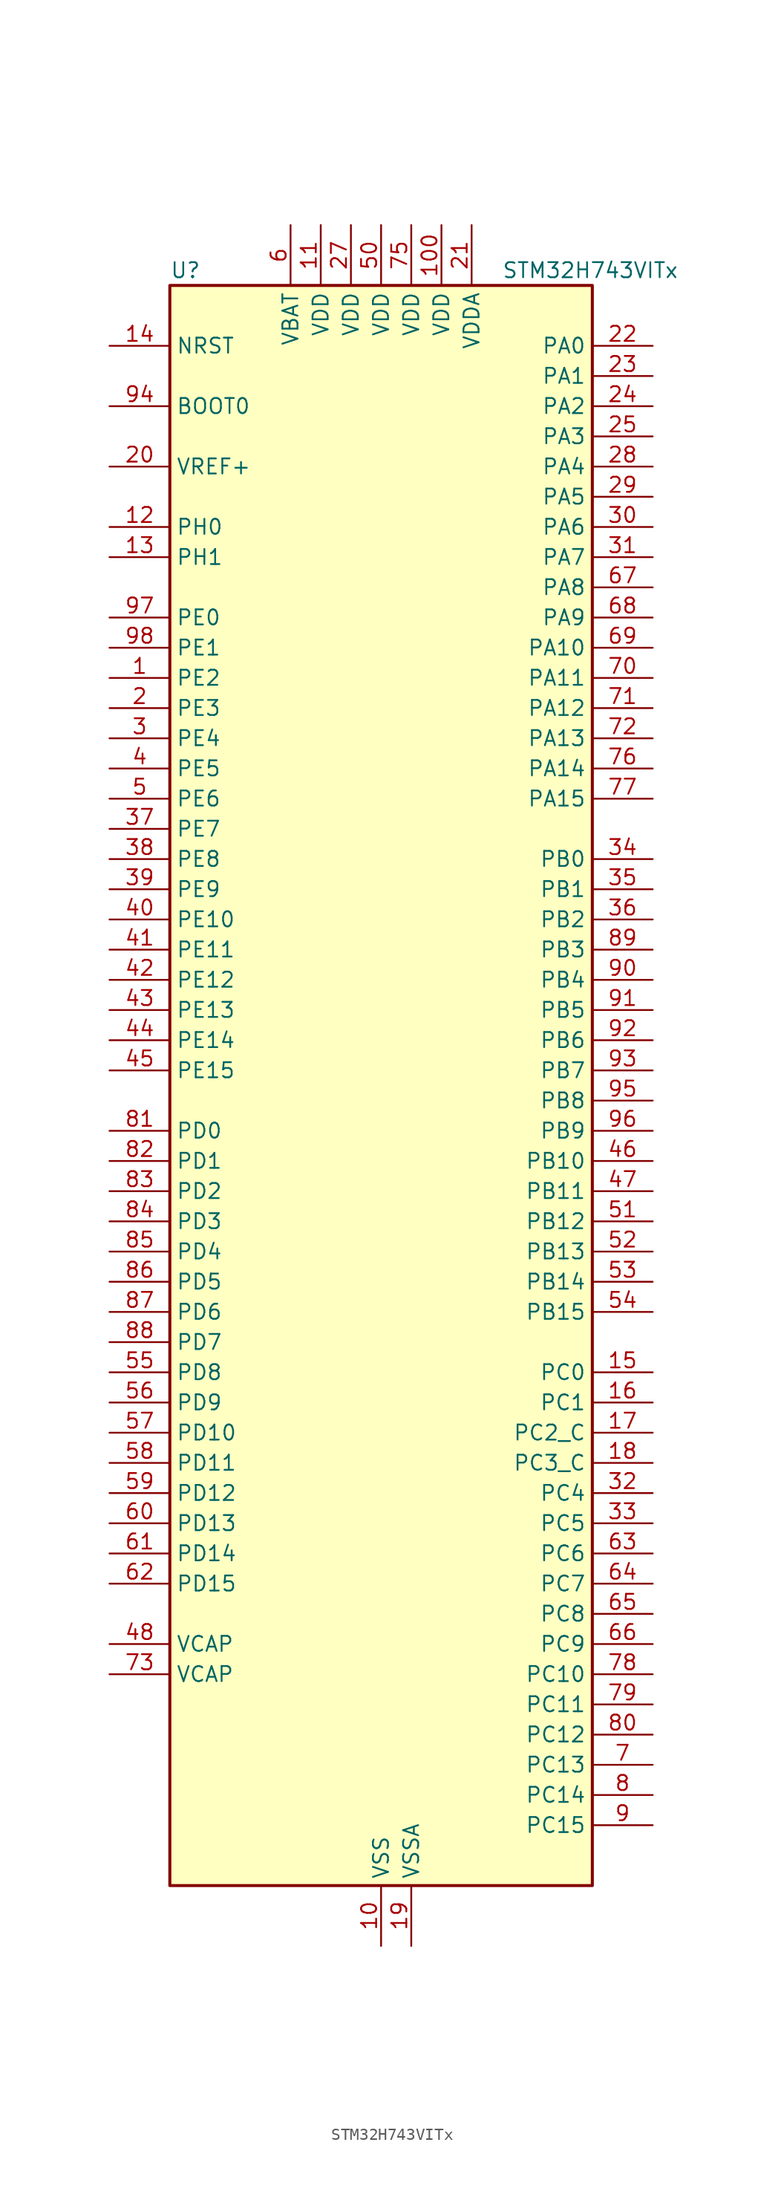
<source format=kicad_sym>
(kicad_symbol_lib
  (version 20241209)
  (generator "kicad_symbol_editor")
  (generator_version "9.0")
  (symbol "STM32H743VITx"
    (property "Reference" "U"
      (at -17.78 69.85 0)
      (effects (font (size 1.27 1.27)) (justify left)))
    (property "Value" "STM32H743VITx"
      (at 10.16 69.85 0)
      (effects (font (size 1.27 1.27)) (justify left)))
    (symbol "STM32H743VITx_0_1"
      (rectangle (start -17.78 -66.04) (end 17.78 68.58) (stroke (width 0.254) (type default)) (fill (type background))))
    (symbol "STM32H743VITx_1_1"
      (pin input line (at -22.86 63.5 0) (length 5.08) (name "NRST" (effects (font (size 1.27 1.27)))) (number "14" (effects (font (size 1.27 1.27)))))
      (pin input line (at -22.86 58.42 0) (length 5.08) (name "BOOT0" (effects (font (size 1.27 1.27)))) (number "94" (effects (font (size 1.27 1.27)))))
      (pin input line (at -22.86 53.34 0) (length 5.08) (name "VREF+" (effects (font (size 1.27 1.27)))) (number "20" (effects (font (size 1.27 1.27)))) (alternate "VREFBUF_OUT" bidirectional line))
      (pin bidirectional line (at -22.86 48.26 0) (length 5.08) (name "PH0" (effects (font (size 1.27 1.27)))) (number "12" (effects (font (size 1.27 1.27)))) (alternate "RCC_OSC_IN" bidirectional line))
      (pin bidirectional line (at -22.86 45.72 0) (length 5.08) (name "PH1" (effects (font (size 1.27 1.27)))) (number "13" (effects (font (size 1.27 1.27)))) (alternate "RCC_OSC_OUT" bidirectional line))
      (pin bidirectional line (at -22.86 40.64 0) (length 5.08) (name "PE0" (effects (font (size 1.27 1.27)))) (number "97" (effects (font (size 1.27 1.27)))) (alternate "DCMI_D2" bidirectional line) (alternate "FMC_NBL0" bidirectional line) (alternate "HRTIM_SCIN" bidirectional line) (alternate "LPTIM1_ETR" bidirectional line) (alternate "LPTIM2_ETR" bidirectional line) (alternate "SAI2_MCLK_A" bidirectional line) (alternate "TIM4_ETR" bidirectional line) (alternate "UART8_RX" bidirectional line))
      (pin bidirectional line (at -22.86 38.1 0) (length 5.08) (name "PE1" (effects (font (size 1.27 1.27)))) (number "98" (effects (font (size 1.27 1.27)))) (alternate "DCMI_D3" bidirectional line) (alternate "FMC_NBL1" bidirectional line) (alternate "HRTIM_SCOUT" bidirectional line) (alternate "LPTIM1_IN2" bidirectional line) (alternate "UART8_TX" bidirectional line))
      (pin bidirectional line (at -22.86 35.56 0) (length 5.08) (name "PE2" (effects (font (size 1.27 1.27)))) (number "1" (effects (font (size 1.27 1.27)))) (alternate "DEBUG_TRACECLK" bidirectional line) (alternate "ETH_TXD3" bidirectional line) (alternate "FMC_A23" bidirectional line) (alternate "QUADSPI_BK1_IO2" bidirectional line) (alternate "SAI1_CK1" bidirectional line) (alternate "SAI1_MCLK_A" bidirectional line) (alternate "SAI4_CK1" bidirectional line) (alternate "SAI4_MCLK_A" bidirectional line) (alternate "SPI4_SCK" bidirectional line))
      (pin bidirectional line (at -22.86 33.02 0) (length 5.08) (name "PE3" (effects (font (size 1.27 1.27)))) (number "2" (effects (font (size 1.27 1.27)))) (alternate "DEBUG_TRACED0" bidirectional line) (alternate "FMC_A19" bidirectional line) (alternate "SAI1_SD_B" bidirectional line) (alternate "SAI4_SD_B" bidirectional line) (alternate "TIM15_BKIN" bidirectional line))
      (pin bidirectional line (at -22.86 30.48 0) (length 5.08) (name "PE4" (effects (font (size 1.27 1.27)))) (number "3" (effects (font (size 1.27 1.27)))) (alternate "DCMI_D4" bidirectional line) (alternate "DEBUG_TRACED1" bidirectional line) (alternate "DFSDM1_DATIN3" bidirectional line) (alternate "FMC_A20" bidirectional line) (alternate "LTDC_B0" bidirectional line) (alternate "SAI1_D2" bidirectional line) (alternate "SAI1_FS_A" bidirectional line) (alternate "SAI4_D2" bidirectional line) (alternate "SAI4_FS_A" bidirectional line) (alternate "SPI4_NSS" bidirectional line) (alternate "TIM15_CH1N" bidirectional line))
      (pin bidirectional line (at -22.86 27.94 0) (length 5.08) (name "PE5" (effects (font (size 1.27 1.27)))) (number "4" (effects (font (size 1.27 1.27)))) (alternate "DCMI_D6" bidirectional line) (alternate "DEBUG_TRACED2" bidirectional line) (alternate "DFSDM1_CKIN3" bidirectional line) (alternate "FMC_A21" bidirectional line) (alternate "LTDC_G0" bidirectional line) (alternate "SAI1_CK2" bidirectional line) (alternate "SAI1_SCK_A" bidirectional line) (alternate "SAI4_CK2" bidirectional line) (alternate "SAI4_SCK_A" bidirectional line) (alternate "SPI4_MISO" bidirectional line) (alternate "TIM15_CH1" bidirectional line))
      (pin bidirectional line (at -22.86 25.4 0) (length 5.08) (name "PE6" (effects (font (size 1.27 1.27)))) (number "5" (effects (font (size 1.27 1.27)))) (alternate "DCMI_D7" bidirectional line) (alternate "DEBUG_TRACED3" bidirectional line) (alternate "FMC_A22" bidirectional line) (alternate "LTDC_G1" bidirectional line) (alternate "SAI1_D1" bidirectional line) (alternate "SAI1_SD_A" bidirectional line) (alternate "SAI2_MCLK_B" bidirectional line) (alternate "SAI4_D1" bidirectional line) (alternate "SAI4_SD_A" bidirectional line) (alternate "SPI4_MOSI" bidirectional line) (alternate "TIM15_CH2" bidirectional line) (alternate "TIM1_BKIN2" bidirectional line) (alternate "TIM1_BKIN2_COMP1" bidirectional line) (alternate "TIM1_BKIN2_COMP2" bidirectional line))
      (pin bidirectional line (at -22.86 22.86 0) (length 5.08) (name "PE7" (effects (font (size 1.27 1.27)))) (number "37" (effects (font (size 1.27 1.27)))) (alternate "COMP2_INM" bidirectional line) (alternate "DFSDM1_DATIN2" bidirectional line) (alternate "FMC_D4" bidirectional line) (alternate "FMC_DA4" bidirectional line) (alternate "OPAMP2_VOUT" bidirectional line) (alternate "QUADSPI_BK2_IO0" bidirectional line) (alternate "TIM1_ETR" bidirectional line) (alternate "UART7_RX" bidirectional line))
      (pin bidirectional line (at -22.86 20.32 0) (length 5.08) (name "PE8" (effects (font (size 1.27 1.27)))) (number "38" (effects (font (size 1.27 1.27)))) (alternate "COMP2_OUT" bidirectional line) (alternate "DFSDM1_CKIN2" bidirectional line) (alternate "FMC_D5" bidirectional line) (alternate "FMC_DA5" bidirectional line) (alternate "OPAMP2_VINM" bidirectional line) (alternate "OPAMP2_VINM0" bidirectional line) (alternate "QUADSPI_BK2_IO1" bidirectional line) (alternate "TIM1_CH1N" bidirectional line) (alternate "UART7_TX" bidirectional line))
      (pin bidirectional line (at -22.86 17.78 0) (length 5.08) (name "PE9" (effects (font (size 1.27 1.27)))) (number "39" (effects (font (size 1.27 1.27)))) (alternate "COMP2_INP" bidirectional line) (alternate "DAC1_EXTI9" bidirectional line) (alternate "DFSDM1_CKOUT" bidirectional line) (alternate "FMC_D6" bidirectional line) (alternate "FMC_DA6" bidirectional line) (alternate "OPAMP2_VINP" bidirectional line) (alternate "QUADSPI_BK2_IO2" bidirectional line) (alternate "TIM1_CH1" bidirectional line) (alternate "UART7_DE" bidirectional line) (alternate "UART7_RTS" bidirectional line))
      (pin bidirectional line (at -22.86 15.24 0) (length 5.08) (name "PE10" (effects (font (size 1.27 1.27)))) (number "40" (effects (font (size 1.27 1.27)))) (alternate "COMP2_INM" bidirectional line) (alternate "DFSDM1_DATIN4" bidirectional line) (alternate "FMC_D7" bidirectional line) (alternate "FMC_DA7" bidirectional line) (alternate "QUADSPI_BK2_IO3" bidirectional line) (alternate "TIM1_CH2N" bidirectional line) (alternate "UART7_CTS" bidirectional line))
      (pin bidirectional line (at -22.86 12.7 0) (length 5.08) (name "PE11" (effects (font (size 1.27 1.27)))) (number "41" (effects (font (size 1.27 1.27)))) (alternate "ADC1_EXTI11" bidirectional line) (alternate "ADC2_EXTI11" bidirectional line) (alternate "ADC3_EXTI11" bidirectional line) (alternate "COMP2_INP" bidirectional line) (alternate "DFSDM1_CKIN4" bidirectional line) (alternate "FMC_D8" bidirectional line) (alternate "FMC_DA8" bidirectional line) (alternate "LTDC_G3" bidirectional line) (alternate "SAI2_SD_B" bidirectional line) (alternate "SPI4_NSS" bidirectional line) (alternate "TIM1_CH2" bidirectional line))
      (pin bidirectional line (at -22.86 10.16 0) (length 5.08) (name "PE12" (effects (font (size 1.27 1.27)))) (number "42" (effects (font (size 1.27 1.27)))) (alternate "COMP1_OUT" bidirectional line) (alternate "DFSDM1_DATIN5" bidirectional line) (alternate "FMC_D9" bidirectional line) (alternate "FMC_DA9" bidirectional line) (alternate "LTDC_B4" bidirectional line) (alternate "SAI2_SCK_B" bidirectional line) (alternate "SPI4_SCK" bidirectional line) (alternate "TIM1_CH3N" bidirectional line))
      (pin bidirectional line (at -22.86 7.62 0) (length 5.08) (name "PE13" (effects (font (size 1.27 1.27)))) (number "43" (effects (font (size 1.27 1.27)))) (alternate "COMP2_OUT" bidirectional line) (alternate "DFSDM1_CKIN5" bidirectional line) (alternate "FMC_D10" bidirectional line) (alternate "FMC_DA10" bidirectional line) (alternate "LTDC_DE" bidirectional line) (alternate "SAI2_FS_B" bidirectional line) (alternate "SPI4_MISO" bidirectional line) (alternate "TIM1_CH3" bidirectional line))
      (pin bidirectional line (at -22.86 5.08 0) (length 5.08) (name "PE14" (effects (font (size 1.27 1.27)))) (number "44" (effects (font (size 1.27 1.27)))) (alternate "FMC_D11" bidirectional line) (alternate "FMC_DA11" bidirectional line) (alternate "LTDC_CLK" bidirectional line) (alternate "SAI2_MCLK_B" bidirectional line) (alternate "SPI4_MOSI" bidirectional line) (alternate "TIM1_CH4" bidirectional line))
      (pin bidirectional line (at -22.86 2.54 0) (length 5.08) (name "PE15" (effects (font (size 1.27 1.27)))) (number "45" (effects (font (size 1.27 1.27)))) (alternate "ADC1_EXTI15" bidirectional line) (alternate "ADC2_EXTI15" bidirectional line) (alternate "ADC3_EXTI15" bidirectional line) (alternate "FMC_D12" bidirectional line) (alternate "FMC_DA12" bidirectional line) (alternate "LTDC_R7" bidirectional line) (alternate "TIM1_BKIN" bidirectional line) (alternate "TIM1_BKIN_COMP1" bidirectional line) (alternate "TIM1_BKIN_COMP2" bidirectional line))
      (pin bidirectional line (at -22.86 -2.54 0) (length 5.08) (name "PD0" (effects (font (size 1.27 1.27)))) (number "81" (effects (font (size 1.27 1.27)))) (alternate "DFSDM1_CKIN6" bidirectional line) (alternate "FDCAN1_RX" bidirectional line) (alternate "FMC_D2" bidirectional line) (alternate "FMC_DA2" bidirectional line) (alternate "SAI3_SCK_A" bidirectional line) (alternate "UART4_RX" bidirectional line))
      (pin bidirectional line (at -22.86 -5.08 0) (length 5.08) (name "PD1" (effects (font (size 1.27 1.27)))) (number "82" (effects (font (size 1.27 1.27)))) (alternate "DFSDM1_DATIN6" bidirectional line) (alternate "FDCAN1_TX" bidirectional line) (alternate "FMC_D3" bidirectional line) (alternate "FMC_DA3" bidirectional line) (alternate "SAI3_SD_A" bidirectional line) (alternate "UART4_TX" bidirectional line))
      (pin bidirectional line (at -22.86 -7.62 0) (length 5.08) (name "PD2" (effects (font (size 1.27 1.27)))) (number "83" (effects (font (size 1.27 1.27)))) (alternate "DCMI_D11" bidirectional line) (alternate "DEBUG_TRACED2" bidirectional line) (alternate "SDMMC1_CMD" bidirectional line) (alternate "TIM3_ETR" bidirectional line) (alternate "UART5_RX" bidirectional line))
      (pin bidirectional line (at -22.86 -10.16 0) (length 5.08) (name "PD3" (effects (font (size 1.27 1.27)))) (number "84" (effects (font (size 1.27 1.27)))) (alternate "DCMI_D5" bidirectional line) (alternate "DFSDM1_CKOUT" bidirectional line) (alternate "FMC_CLK" bidirectional line) (alternate "I2S2_CK" bidirectional line) (alternate "LTDC_G7" bidirectional line) (alternate "SPI2_SCK" bidirectional line) (alternate "USART2_CTS" bidirectional line) (alternate "USART2_NSS" bidirectional line))
      (pin bidirectional line (at -22.86 -12.7 0) (length 5.08) (name "PD4" (effects (font (size 1.27 1.27)))) (number "85" (effects (font (size 1.27 1.27)))) (alternate "FMC_NOE" bidirectional line) (alternate "HRTIM_FLT3" bidirectional line) (alternate "SAI3_FS_A" bidirectional line) (alternate "USART2_DE" bidirectional line) (alternate "USART2_RTS" bidirectional line))
      (pin bidirectional line (at -22.86 -15.24 0) (length 5.08) (name "PD5" (effects (font (size 1.27 1.27)))) (number "86" (effects (font (size 1.27 1.27)))) (alternate "FMC_NWE" bidirectional line) (alternate "HRTIM_EEV3" bidirectional line) (alternate "USART2_TX" bidirectional line))
      (pin bidirectional line (at -22.86 -17.78 0) (length 5.08) (name "PD6" (effects (font (size 1.27 1.27)))) (number "87" (effects (font (size 1.27 1.27)))) (alternate "DCMI_D10" bidirectional line) (alternate "DFSDM1_CKIN4" bidirectional line) (alternate "DFSDM1_DATIN1" bidirectional line) (alternate "FMC_NWAIT" bidirectional line) (alternate "I2S3_SDO" bidirectional line) (alternate "LTDC_B2" bidirectional line) (alternate "SAI1_D1" bidirectional line) (alternate "SAI1_SD_A" bidirectional line) (alternate "SAI4_D1" bidirectional line) (alternate "SAI4_SD_A" bidirectional line) (alternate "SDMMC2_CK" bidirectional line) (alternate "SPI3_MOSI" bidirectional line) (alternate "USART2_RX" bidirectional line))
      (pin bidirectional line (at -22.86 -20.32 0) (length 5.08) (name "PD7" (effects (font (size 1.27 1.27)))) (number "88" (effects (font (size 1.27 1.27)))) (alternate "DFSDM1_CKIN1" bidirectional line) (alternate "DFSDM1_DATIN4" bidirectional line) (alternate "FMC_NE1" bidirectional line) (alternate "I2S1_SDO" bidirectional line) (alternate "SDMMC2_CMD" bidirectional line) (alternate "SPDIFRX1_IN0" bidirectional line) (alternate "SPI1_MOSI" bidirectional line) (alternate "USART2_CK" bidirectional line))
      (pin bidirectional line (at -22.86 -22.86 0) (length 5.08) (name "PD8" (effects (font (size 1.27 1.27)))) (number "55" (effects (font (size 1.27 1.27)))) (alternate "DFSDM1_CKIN3" bidirectional line) (alternate "FMC_D13" bidirectional line) (alternate "FMC_DA13" bidirectional line) (alternate "SAI3_SCK_B" bidirectional line) (alternate "SPDIFRX1_IN1" bidirectional line) (alternate "USART3_TX" bidirectional line))
      (pin bidirectional line (at -22.86 -25.4 0) (length 5.08) (name "PD9" (effects (font (size 1.27 1.27)))) (number "56" (effects (font (size 1.27 1.27)))) (alternate "DAC1_EXTI9" bidirectional line) (alternate "DFSDM1_DATIN3" bidirectional line) (alternate "FMC_D14" bidirectional line) (alternate "FMC_DA14" bidirectional line) (alternate "SAI3_SD_B" bidirectional line) (alternate "USART3_RX" bidirectional line))
      (pin bidirectional line (at -22.86 -27.94 0) (length 5.08) (name "PD10" (effects (font (size 1.27 1.27)))) (number "57" (effects (font (size 1.27 1.27)))) (alternate "DFSDM1_CKOUT" bidirectional line) (alternate "FMC_D15" bidirectional line) (alternate "FMC_DA15" bidirectional line) (alternate "LTDC_B3" bidirectional line) (alternate "SAI3_FS_B" bidirectional line) (alternate "USART3_CK" bidirectional line))
      (pin bidirectional line (at -22.86 -30.48 0) (length 5.08) (name "PD11" (effects (font (size 1.27 1.27)))) (number "58" (effects (font (size 1.27 1.27)))) (alternate "ADC1_EXTI11" bidirectional line) (alternate "ADC2_EXTI11" bidirectional line) (alternate "ADC3_EXTI11" bidirectional line) (alternate "FMC_A16" bidirectional line) (alternate "FMC_CLE" bidirectional line) (alternate "I2C4_SMBA" bidirectional line) (alternate "LPTIM2_IN2" bidirectional line) (alternate "QUADSPI_BK1_IO0" bidirectional line) (alternate "SAI2_SD_A" bidirectional line) (alternate "USART3_CTS" bidirectional line) (alternate "USART3_NSS" bidirectional line))
      (pin bidirectional line (at -22.86 -33.02 0) (length 5.08) (name "PD12" (effects (font (size 1.27 1.27)))) (number "59" (effects (font (size 1.27 1.27)))) (alternate "FMC_A17" bidirectional line) (alternate "FMC_ALE" bidirectional line) (alternate "I2C4_SCL" bidirectional line) (alternate "LPTIM1_IN1" bidirectional line) (alternate "LPTIM2_IN1" bidirectional line) (alternate "QUADSPI_BK1_IO1" bidirectional line) (alternate "SAI2_FS_A" bidirectional line) (alternate "TIM4_CH1" bidirectional line) (alternate "USART3_DE" bidirectional line) (alternate "USART3_RTS" bidirectional line))
      (pin bidirectional line (at -22.86 -35.56 0) (length 5.08) (name "PD13" (effects (font (size 1.27 1.27)))) (number "60" (effects (font (size 1.27 1.27)))) (alternate "FMC_A18" bidirectional line) (alternate "I2C4_SDA" bidirectional line) (alternate "LPTIM1_OUT" bidirectional line) (alternate "QUADSPI_BK1_IO3" bidirectional line) (alternate "SAI2_SCK_A" bidirectional line) (alternate "TIM4_CH2" bidirectional line))
      (pin bidirectional line (at -22.86 -38.1 0) (length 5.08) (name "PD14" (effects (font (size 1.27 1.27)))) (number "61" (effects (font (size 1.27 1.27)))) (alternate "FMC_D0" bidirectional line) (alternate "FMC_DA0" bidirectional line) (alternate "SAI3_MCLK_B" bidirectional line) (alternate "TIM4_CH3" bidirectional line) (alternate "UART8_CTS" bidirectional line))
      (pin bidirectional line (at -22.86 -40.64 0) (length 5.08) (name "PD15" (effects (font (size 1.27 1.27)))) (number "62" (effects (font (size 1.27 1.27)))) (alternate "ADC1_EXTI15" bidirectional line) (alternate "ADC2_EXTI15" bidirectional line) (alternate "ADC3_EXTI15" bidirectional line) (alternate "FMC_D1" bidirectional line) (alternate "FMC_DA1" bidirectional line) (alternate "SAI3_MCLK_A" bidirectional line) (alternate "TIM4_CH4" bidirectional line) (alternate "UART8_DE" bidirectional line) (alternate "UART8_RTS" bidirectional line))
      (pin power_out line (at -22.86 -45.72 0) (length 5.08) (name "VCAP" (effects (font (size 1.27 1.27)))) (number "48" (effects (font (size 1.27 1.27)))))
      (pin power_out line (at -22.86 -48.26 0) (length 5.08) (name "VCAP" (effects (font (size 1.27 1.27)))) (number "73" (effects (font (size 1.27 1.27)))))
      (pin power_in line (at -7.62 73.66 270) (length 5.08) (name "VBAT" (effects (font (size 1.27 1.27)))) (number "6" (effects (font (size 1.27 1.27)))))
      (pin power_in line (at -5.08 73.66 270) (length 5.08) (name "VDD" (effects (font (size 1.27 1.27)))) (number "11" (effects (font (size 1.27 1.27)))))
      (pin power_in line (at -2.54 73.66 270) (length 5.08) (name "VDD" (effects (font (size 1.27 1.27)))) (number "27" (effects (font (size 1.27 1.27)))))
      (pin power_in line (at 0 73.66 270) (length 5.08) (name "VDD" (effects (font (size 1.27 1.27)))) (number "50" (effects (font (size 1.27 1.27)))))
      (pin power_in line (at 0 -71.12 90) (length 5.08) (name "VSS" (effects (font (size 1.27 1.27)))) (number "10" (effects (font (size 1.27 1.27)))))
      (pin passive line (at 0 -71.12 90) (length 5.08) (hide yes) (name "VSS" (effects (font (size 1.27 1.27)))) (number "26" (effects (font (size 1.27 1.27)))))
      (pin passive line (at 0 -71.12 90) (length 5.08) (hide yes) (name "VSS" (effects (font (size 1.27 1.27)))) (number "49" (effects (font (size 1.27 1.27)))))
      (pin passive line (at 0 -71.12 90) (length 5.08) (hide yes) (name "VSS" (effects (font (size 1.27 1.27)))) (number "74" (effects (font (size 1.27 1.27)))))
      (pin passive line (at 0 -71.12 90) (length 5.08) (hide yes) (name "VSS" (effects (font (size 1.27 1.27)))) (number "99" (effects (font (size 1.27 1.27)))))
      (pin power_in line (at 2.54 73.66 270) (length 5.08) (name "VDD" (effects (font (size 1.27 1.27)))) (number "75" (effects (font (size 1.27 1.27)))))
      (pin power_in line (at 2.54 -71.12 90) (length 5.08) (name "VSSA" (effects (font (size 1.27 1.27)))) (number "19" (effects (font (size 1.27 1.27)))))
      (pin power_in line (at 5.08 73.66 270) (length 5.08) (name "VDD" (effects (font (size 1.27 1.27)))) (number "100" (effects (font (size 1.27 1.27)))))
      (pin power_in line (at 7.62 73.66 270) (length 5.08) (name "VDDA" (effects (font (size 1.27 1.27)))) (number "21" (effects (font (size 1.27 1.27)))))
      (pin bidirectional line (at 22.86 63.5 180) (length 5.08) (name "PA0" (effects (font (size 1.27 1.27)))) (number "22" (effects (font (size 1.27 1.27)))) (alternate "ADC1_INP16" bidirectional line) (alternate "ETH_CRS" bidirectional line) (alternate "PWR_WKUP1" bidirectional line) (alternate "SAI2_SD_B" bidirectional line) (alternate "SDMMC2_CMD" bidirectional line) (alternate "TIM15_BKIN" bidirectional line) (alternate "TIM2_CH1" bidirectional line) (alternate "TIM2_ETR" bidirectional line) (alternate "TIM5_CH1" bidirectional line) (alternate "TIM8_ETR" bidirectional line) (alternate "UART4_TX" bidirectional line) (alternate "USART2_CTS" bidirectional line) (alternate "USART2_NSS" bidirectional line))
      (pin bidirectional line (at 22.86 60.96 180) (length 5.08) (name "PA1" (effects (font (size 1.27 1.27)))) (number "23" (effects (font (size 1.27 1.27)))) (alternate "ADC1_INN16" bidirectional line) (alternate "ADC1_INP17" bidirectional line) (alternate "ETH_REF_CLK" bidirectional line) (alternate "ETH_RX_CLK" bidirectional line) (alternate "LPTIM3_OUT" bidirectional line) (alternate "LTDC_R2" bidirectional line) (alternate "QUADSPI_BK1_IO3" bidirectional line) (alternate "SAI2_MCLK_B" bidirectional line) (alternate "TIM15_CH1N" bidirectional line) (alternate "TIM2_CH2" bidirectional line) (alternate "TIM5_CH2" bidirectional line) (alternate "UART4_RX" bidirectional line) (alternate "USART2_DE" bidirectional line) (alternate "USART2_RTS" bidirectional line))
      (pin bidirectional line (at 22.86 58.42 180) (length 5.08) (name "PA2" (effects (font (size 1.27 1.27)))) (number "24" (effects (font (size 1.27 1.27)))) (alternate "ADC1_INP14" bidirectional line) (alternate "ADC2_INP14" bidirectional line) (alternate "ETH_MDIO" bidirectional line) (alternate "LPTIM4_OUT" bidirectional line) (alternate "LTDC_R1" bidirectional line) (alternate "MDIOS_MDIO" bidirectional line) (alternate "PWR_WKUP2" bidirectional line) (alternate "SAI2_SCK_B" bidirectional line) (alternate "TIM15_CH1" bidirectional line) (alternate "TIM2_CH3" bidirectional line) (alternate "TIM5_CH3" bidirectional line) (alternate "USART2_TX" bidirectional line))
      (pin bidirectional line (at 22.86 55.88 180) (length 5.08) (name "PA3" (effects (font (size 1.27 1.27)))) (number "25" (effects (font (size 1.27 1.27)))) (alternate "ADC1_INP15" bidirectional line) (alternate "ADC2_INP15" bidirectional line) (alternate "ETH_COL" bidirectional line) (alternate "LPTIM5_OUT" bidirectional line) (alternate "LTDC_B2" bidirectional line) (alternate "LTDC_B5" bidirectional line) (alternate "TIM15_CH2" bidirectional line) (alternate "TIM2_CH4" bidirectional line) (alternate "TIM5_CH4" bidirectional line) (alternate "USART2_RX" bidirectional line) (alternate "USB_OTG_HS_ULPI_D0" bidirectional line))
      (pin bidirectional line (at 22.86 53.34 180) (length 5.08) (name "PA4" (effects (font (size 1.27 1.27)))) (number "28" (effects (font (size 1.27 1.27)))) (alternate "ADC1_INP18" bidirectional line) (alternate "ADC2_INP18" bidirectional line) (alternate "DAC1_OUT1" bidirectional line) (alternate "DCMI_HSYNC" bidirectional line) (alternate "I2S1_WS" bidirectional line) (alternate "I2S3_WS" bidirectional line) (alternate "LTDC_VSYNC" bidirectional line) (alternate "SPI1_NSS" bidirectional line) (alternate "SPI3_NSS" bidirectional line) (alternate "SPI6_NSS" bidirectional line) (alternate "TIM5_ETR" bidirectional line) (alternate "USART2_CK" bidirectional line) (alternate "USB_OTG_HS_SOF" bidirectional line))
      (pin bidirectional line (at 22.86 50.8 180) (length 5.08) (name "PA5" (effects (font (size 1.27 1.27)))) (number "29" (effects (font (size 1.27 1.27)))) (alternate "ADC1_INN18" bidirectional line) (alternate "ADC1_INP19" bidirectional line) (alternate "ADC2_INN18" bidirectional line) (alternate "ADC2_INP19" bidirectional line) (alternate "DAC1_OUT2" bidirectional line) (alternate "I2S1_CK" bidirectional line) (alternate "LTDC_R4" bidirectional line) (alternate "PWR_NDSTOP2" bidirectional line) (alternate "SPI1_SCK" bidirectional line) (alternate "SPI6_SCK" bidirectional line) (alternate "TIM2_CH1" bidirectional line) (alternate "TIM2_ETR" bidirectional line) (alternate "TIM8_CH1N" bidirectional line) (alternate "USB_OTG_HS_ULPI_CK" bidirectional line))
      (pin bidirectional line (at 22.86 48.26 180) (length 5.08) (name "PA6" (effects (font (size 1.27 1.27)))) (number "30" (effects (font (size 1.27 1.27)))) (alternate "ADC1_INP3" bidirectional line) (alternate "ADC2_INP3" bidirectional line) (alternate "DCMI_PIXCLK" bidirectional line) (alternate "I2S1_SDI" bidirectional line) (alternate "LTDC_G2" bidirectional line) (alternate "MDIOS_MDC" bidirectional line) (alternate "SPI1_MISO" bidirectional line) (alternate "SPI6_MISO" bidirectional line) (alternate "TIM13_CH1" bidirectional line) (alternate "TIM1_BKIN" bidirectional line) (alternate "TIM1_BKIN_COMP1" bidirectional line) (alternate "TIM1_BKIN_COMP2" bidirectional line) (alternate "TIM3_CH1" bidirectional line) (alternate "TIM8_BKIN" bidirectional line) (alternate "TIM8_BKIN_COMP1" bidirectional line) (alternate "TIM8_BKIN_COMP2" bidirectional line))
      (pin bidirectional line (at 22.86 45.72 180) (length 5.08) (name "PA7" (effects (font (size 1.27 1.27)))) (number "31" (effects (font (size 1.27 1.27)))) (alternate "ADC1_INN3" bidirectional line) (alternate "ADC1_INP7" bidirectional line) (alternate "ADC2_INN3" bidirectional line) (alternate "ADC2_INP7" bidirectional line) (alternate "ETH_CRS_DV" bidirectional line) (alternate "ETH_RX_DV" bidirectional line) (alternate "FMC_SDNWE" bidirectional line) (alternate "I2S1_SDO" bidirectional line) (alternate "OPAMP1_VINM" bidirectional line) (alternate "OPAMP1_VINM1" bidirectional line) (alternate "SPI1_MOSI" bidirectional line) (alternate "SPI6_MOSI" bidirectional line) (alternate "TIM14_CH1" bidirectional line) (alternate "TIM1_CH1N" bidirectional line) (alternate "TIM3_CH2" bidirectional line) (alternate "TIM8_CH1N" bidirectional line))
      (pin bidirectional line (at 22.86 43.18 180) (length 5.08) (name "PA8" (effects (font (size 1.27 1.27)))) (number "67" (effects (font (size 1.27 1.27)))) (alternate "HRTIM_CHB2" bidirectional line) (alternate "I2C3_SCL" bidirectional line) (alternate "LTDC_B3" bidirectional line) (alternate "LTDC_R6" bidirectional line) (alternate "RCC_MCO_1" bidirectional line) (alternate "TIM1_CH1" bidirectional line) (alternate "TIM8_BKIN2" bidirectional line) (alternate "TIM8_BKIN2_COMP1" bidirectional line) (alternate "TIM8_BKIN2_COMP2" bidirectional line) (alternate "UART7_RX" bidirectional line) (alternate "USART1_CK" bidirectional line) (alternate "USB_OTG_FS_SOF" bidirectional line))
      (pin bidirectional line (at 22.86 40.64 180) (length 5.08) (name "PA9" (effects (font (size 1.27 1.27)))) (number "68" (effects (font (size 1.27 1.27)))) (alternate "DAC1_EXTI9" bidirectional line) (alternate "DCMI_D0" bidirectional line) (alternate "ETH_TX_ER" bidirectional line) (alternate "HRTIM_CHC1" bidirectional line) (alternate "I2C3_SMBA" bidirectional line) (alternate "I2S2_CK" bidirectional line) (alternate "LPUART1_TX" bidirectional line) (alternate "LTDC_R5" bidirectional line) (alternate "SPI2_SCK" bidirectional line) (alternate "TIM1_CH2" bidirectional line) (alternate "USART1_TX" bidirectional line) (alternate "USB_OTG_FS_VBUS" bidirectional line))
      (pin bidirectional line (at 22.86 38.1 180) (length 5.08) (name "PA10" (effects (font (size 1.27 1.27)))) (number "69" (effects (font (size 1.27 1.27)))) (alternate "DCMI_D1" bidirectional line) (alternate "HRTIM_CHC2" bidirectional line) (alternate "LPUART1_RX" bidirectional line) (alternate "LTDC_B1" bidirectional line) (alternate "LTDC_B4" bidirectional line) (alternate "MDIOS_MDIO" bidirectional line) (alternate "TIM1_CH3" bidirectional line) (alternate "USART1_RX" bidirectional line) (alternate "USB_OTG_FS_ID" bidirectional line))
      (pin bidirectional line (at 22.86 35.56 180) (length 5.08) (name "PA11" (effects (font (size 1.27 1.27)))) (number "70" (effects (font (size 1.27 1.27)))) (alternate "ADC1_EXTI11" bidirectional line) (alternate "ADC2_EXTI11" bidirectional line) (alternate "ADC3_EXTI11" bidirectional line) (alternate "FDCAN1_RX" bidirectional line) (alternate "HRTIM_CHD1" bidirectional line) (alternate "I2S2_WS" bidirectional line) (alternate "LPUART1_CTS" bidirectional line) (alternate "LTDC_R4" bidirectional line) (alternate "SPI2_NSS" bidirectional line) (alternate "TIM1_CH4" bidirectional line) (alternate "UART4_RX" bidirectional line) (alternate "USART1_CTS" bidirectional line) (alternate "USART1_NSS" bidirectional line) (alternate "USB_OTG_FS_DM" bidirectional line))
      (pin bidirectional line (at 22.86 33.02 180) (length 5.08) (name "PA12" (effects (font (size 1.27 1.27)))) (number "71" (effects (font (size 1.27 1.27)))) (alternate "FDCAN1_TX" bidirectional line) (alternate "HRTIM_CHD2" bidirectional line) (alternate "I2S2_CK" bidirectional line) (alternate "LPUART1_DE" bidirectional line) (alternate "LPUART1_RTS" bidirectional line) (alternate "LTDC_R5" bidirectional line) (alternate "SAI2_FS_B" bidirectional line) (alternate "SPI2_SCK" bidirectional line) (alternate "TIM1_ETR" bidirectional line) (alternate "UART4_TX" bidirectional line) (alternate "USART1_DE" bidirectional line) (alternate "USART1_RTS" bidirectional line) (alternate "USB_OTG_FS_DP" bidirectional line))
      (pin bidirectional line (at 22.86 30.48 180) (length 5.08) (name "PA13" (effects (font (size 1.27 1.27)))) (number "72" (effects (font (size 1.27 1.27)))) (alternate "DEBUG_JTMS-SWDIO" bidirectional line))
      (pin bidirectional line (at 22.86 27.94 180) (length 5.08) (name "PA14" (effects (font (size 1.27 1.27)))) (number "76" (effects (font (size 1.27 1.27)))) (alternate "DEBUG_JTCK-SWCLK" bidirectional line))
      (pin bidirectional line (at 22.86 25.4 180) (length 5.08) (name "PA15" (effects (font (size 1.27 1.27)))) (number "77" (effects (font (size 1.27 1.27)))) (alternate "ADC1_EXTI15" bidirectional line) (alternate "ADC2_EXTI15" bidirectional line) (alternate "ADC3_EXTI15" bidirectional line) (alternate "CEC" bidirectional line) (alternate "DEBUG_JTDI" bidirectional line) (alternate "HRTIM_FLT1" bidirectional line) (alternate "I2S1_WS" bidirectional line) (alternate "I2S3_WS" bidirectional line) (alternate "SPI1_NSS" bidirectional line) (alternate "SPI3_NSS" bidirectional line) (alternate "SPI6_NSS" bidirectional line) (alternate "TIM2_CH1" bidirectional line) (alternate "TIM2_ETR" bidirectional line) (alternate "UART4_DE" bidirectional line) (alternate "UART4_RTS" bidirectional line) (alternate "UART7_TX" bidirectional line))
      (pin bidirectional line (at 22.86 20.32 180) (length 5.08) (name "PB0" (effects (font (size 1.27 1.27)))) (number "34" (effects (font (size 1.27 1.27)))) (alternate "ADC1_INN5" bidirectional line) (alternate "ADC1_INP9" bidirectional line) (alternate "ADC2_INN5" bidirectional line) (alternate "ADC2_INP9" bidirectional line) (alternate "COMP1_INP" bidirectional line) (alternate "DFSDM1_CKOUT" bidirectional line) (alternate "ETH_RXD2" bidirectional line) (alternate "LTDC_G1" bidirectional line) (alternate "LTDC_R3" bidirectional line) (alternate "OPAMP1_VINP" bidirectional line) (alternate "TIM1_CH2N" bidirectional line) (alternate "TIM3_CH3" bidirectional line) (alternate "TIM8_CH2N" bidirectional line) (alternate "UART4_CTS" bidirectional line) (alternate "USB_OTG_HS_ULPI_D1" bidirectional line))
      (pin bidirectional line (at 22.86 17.78 180) (length 5.08) (name "PB1" (effects (font (size 1.27 1.27)))) (number "35" (effects (font (size 1.27 1.27)))) (alternate "ADC1_INP5" bidirectional line) (alternate "ADC2_INP5" bidirectional line) (alternate "COMP1_INM" bidirectional line) (alternate "DFSDM1_DATIN1" bidirectional line) (alternate "ETH_RXD3" bidirectional line) (alternate "LTDC_G0" bidirectional line) (alternate "LTDC_R6" bidirectional line) (alternate "TIM1_CH3N" bidirectional line) (alternate "TIM3_CH4" bidirectional line) (alternate "TIM8_CH3N" bidirectional line) (alternate "USB_OTG_HS_ULPI_D2" bidirectional line))
      (pin bidirectional line (at 22.86 15.24 180) (length 5.08) (name "PB2" (effects (font (size 1.27 1.27)))) (number "36" (effects (font (size 1.27 1.27)))) (alternate "COMP1_INP" bidirectional line) (alternate "DFSDM1_CKIN1" bidirectional line) (alternate "ETH_TX_ER" bidirectional line) (alternate "I2S3_SDO" bidirectional line) (alternate "QUADSPI_CLK" bidirectional line) (alternate "RTC_OUT_ALARM" bidirectional line) (alternate "RTC_OUT_CALIB" bidirectional line) (alternate "SAI1_D1" bidirectional line) (alternate "SAI1_SD_A" bidirectional line) (alternate "SAI4_D1" bidirectional line) (alternate "SAI4_SD_A" bidirectional line) (alternate "SPI3_MOSI" bidirectional line))
      (pin bidirectional line (at 22.86 12.7 180) (length 5.08) (name "PB3" (effects (font (size 1.27 1.27)))) (number "89" (effects (font (size 1.27 1.27)))) (alternate "CRS_SYNC" bidirectional line) (alternate "DEBUG_JTDO-SWO" bidirectional line) (alternate "HRTIM_FLT4" bidirectional line) (alternate "I2S1_CK" bidirectional line) (alternate "I2S3_CK" bidirectional line) (alternate "SDMMC2_D2" bidirectional line) (alternate "SPI1_SCK" bidirectional line) (alternate "SPI3_SCK" bidirectional line) (alternate "SPI6_SCK" bidirectional line) (alternate "TIM2_CH2" bidirectional line) (alternate "UART7_RX" bidirectional line))
      (pin bidirectional line (at 22.86 10.16 180) (length 5.08) (name "PB4" (effects (font (size 1.27 1.27)))) (number "90" (effects (font (size 1.27 1.27)))) (alternate "DEBUG_JTRST" bidirectional line) (alternate "HRTIM_EEV6" bidirectional line) (alternate "I2S1_SDI" bidirectional line) (alternate "I2S2_WS" bidirectional line) (alternate "I2S3_SDI" bidirectional line) (alternate "SDMMC2_D3" bidirectional line) (alternate "SPI1_MISO" bidirectional line) (alternate "SPI2_NSS" bidirectional line) (alternate "SPI3_MISO" bidirectional line) (alternate "SPI6_MISO" bidirectional line) (alternate "TIM16_BKIN" bidirectional line) (alternate "TIM3_CH1" bidirectional line) (alternate "UART7_TX" bidirectional line))
      (pin bidirectional line (at 22.86 7.62 180) (length 5.08) (name "PB5" (effects (font (size 1.27 1.27)))) (number "91" (effects (font (size 1.27 1.27)))) (alternate "DCMI_D10" bidirectional line) (alternate "ETH_PPS_OUT" bidirectional line) (alternate "FDCAN2_RX" bidirectional line) (alternate "FMC_SDCKE1" bidirectional line) (alternate "HRTIM_EEV7" bidirectional line) (alternate "I2C1_SMBA" bidirectional line) (alternate "I2C4_SMBA" bidirectional line) (alternate "I2S1_SDO" bidirectional line) (alternate "I2S3_SDO" bidirectional line) (alternate "SPI1_MOSI" bidirectional line) (alternate "SPI3_MOSI" bidirectional line) (alternate "SPI6_MOSI" bidirectional line) (alternate "TIM17_BKIN" bidirectional line) (alternate "TIM3_CH2" bidirectional line) (alternate "UART5_RX" bidirectional line) (alternate "USB_OTG_HS_ULPI_D7" bidirectional line))
      (pin bidirectional line (at 22.86 5.08 180) (length 5.08) (name "PB6" (effects (font (size 1.27 1.27)))) (number "92" (effects (font (size 1.27 1.27)))) (alternate "CEC" bidirectional line) (alternate "DCMI_D5" bidirectional line) (alternate "DFSDM1_DATIN5" bidirectional line) (alternate "FDCAN2_TX" bidirectional line) (alternate "FMC_SDNE1" bidirectional line) (alternate "HRTIM_EEV8" bidirectional line) (alternate "I2C1_SCL" bidirectional line) (alternate "I2C4_SCL" bidirectional line) (alternate "LPUART1_TX" bidirectional line) (alternate "QUADSPI_BK1_NCS" bidirectional line) (alternate "TIM16_CH1N" bidirectional line) (alternate "TIM4_CH1" bidirectional line) (alternate "UART5_TX" bidirectional line) (alternate "USART1_TX" bidirectional line))
      (pin bidirectional line (at 22.86 2.54 180) (length 5.08) (name "PB7" (effects (font (size 1.27 1.27)))) (number "93" (effects (font (size 1.27 1.27)))) (alternate "DCMI_VSYNC" bidirectional line) (alternate "DFSDM1_CKIN5" bidirectional line) (alternate "FMC_NL" bidirectional line) (alternate "HRTIM_EEV9" bidirectional line) (alternate "I2C1_SDA" bidirectional line) (alternate "I2C4_SDA" bidirectional line) (alternate "LPUART1_RX" bidirectional line) (alternate "PWR_PVD_IN" bidirectional line) (alternate "TIM17_CH1N" bidirectional line) (alternate "TIM4_CH2" bidirectional line) (alternate "USART1_RX" bidirectional line))
      (pin bidirectional line (at 22.86 0 180) (length 5.08) (name "PB8" (effects (font (size 1.27 1.27)))) (number "95" (effects (font (size 1.27 1.27)))) (alternate "DCMI_D6" bidirectional line) (alternate "DFSDM1_CKIN7" bidirectional line) (alternate "ETH_TXD3" bidirectional line) (alternate "FDCAN1_RX" bidirectional line) (alternate "I2C1_SCL" bidirectional line) (alternate "I2C4_SCL" bidirectional line) (alternate "LTDC_B6" bidirectional line) (alternate "SDMMC1_CKIN" bidirectional line) (alternate "SDMMC1_D4" bidirectional line) (alternate "SDMMC2_D4" bidirectional line) (alternate "TIM16_CH1" bidirectional line) (alternate "TIM4_CH3" bidirectional line) (alternate "UART4_RX" bidirectional line))
      (pin bidirectional line (at 22.86 -2.54 180) (length 5.08) (name "PB9" (effects (font (size 1.27 1.27)))) (number "96" (effects (font (size 1.27 1.27)))) (alternate "DAC1_EXTI9" bidirectional line) (alternate "DCMI_D7" bidirectional line) (alternate "DFSDM1_DATIN7" bidirectional line) (alternate "FDCAN1_TX" bidirectional line) (alternate "I2C1_SDA" bidirectional line) (alternate "I2C4_SDA" bidirectional line) (alternate "I2C4_SMBA" bidirectional line) (alternate "I2S2_WS" bidirectional line) (alternate "LTDC_B7" bidirectional line) (alternate "SDMMC1_CDIR" bidirectional line) (alternate "SDMMC1_D5" bidirectional line) (alternate "SDMMC2_D5" bidirectional line) (alternate "SPI2_NSS" bidirectional line) (alternate "TIM17_CH1" bidirectional line) (alternate "TIM4_CH4" bidirectional line) (alternate "UART4_TX" bidirectional line))
      (pin bidirectional line (at 22.86 -5.08 180) (length 5.08) (name "PB10" (effects (font (size 1.27 1.27)))) (number "46" (effects (font (size 1.27 1.27)))) (alternate "DFSDM1_DATIN7" bidirectional line) (alternate "ETH_RX_ER" bidirectional line) (alternate "HRTIM_SCOUT" bidirectional line) (alternate "I2C2_SCL" bidirectional line) (alternate "I2S2_CK" bidirectional line) (alternate "LPTIM2_IN1" bidirectional line) (alternate "LTDC_G4" bidirectional line) (alternate "QUADSPI_BK1_NCS" bidirectional line) (alternate "SPI2_SCK" bidirectional line) (alternate "TIM2_CH3" bidirectional line) (alternate "USART3_TX" bidirectional line) (alternate "USB_OTG_HS_ULPI_D3" bidirectional line))
      (pin bidirectional line (at 22.86 -7.62 180) (length 5.08) (name "PB11" (effects (font (size 1.27 1.27)))) (number "47" (effects (font (size 1.27 1.27)))) (alternate "ADC1_EXTI11" bidirectional line) (alternate "ADC2_EXTI11" bidirectional line) (alternate "ADC3_EXTI11" bidirectional line) (alternate "DFSDM1_CKIN7" bidirectional line) (alternate "ETH_TX_EN" bidirectional line) (alternate "HRTIM_SCIN" bidirectional line) (alternate "I2C2_SDA" bidirectional line) (alternate "LPTIM2_ETR" bidirectional line) (alternate "LTDC_G5" bidirectional line) (alternate "TIM2_CH4" bidirectional line) (alternate "USART3_RX" bidirectional line) (alternate "USB_OTG_HS_ULPI_D4" bidirectional line))
      (pin bidirectional line (at 22.86 -10.16 180) (length 5.08) (name "PB12" (effects (font (size 1.27 1.27)))) (number "51" (effects (font (size 1.27 1.27)))) (alternate "DFSDM1_DATIN1" bidirectional line) (alternate "ETH_TXD0" bidirectional line) (alternate "FDCAN2_RX" bidirectional line) (alternate "I2C2_SMBA" bidirectional line) (alternate "I2S2_WS" bidirectional line) (alternate "SPI2_NSS" bidirectional line) (alternate "TIM1_BKIN" bidirectional line) (alternate "TIM1_BKIN_COMP1" bidirectional line) (alternate "TIM1_BKIN_COMP2" bidirectional line) (alternate "UART5_RX" bidirectional line) (alternate "USART3_CK" bidirectional line) (alternate "USB_OTG_HS_ID" bidirectional line) (alternate "USB_OTG_HS_ULPI_D5" bidirectional line))
      (pin bidirectional line (at 22.86 -12.7 180) (length 5.08) (name "PB13" (effects (font (size 1.27 1.27)))) (number "52" (effects (font (size 1.27 1.27)))) (alternate "DFSDM1_CKIN1" bidirectional line) (alternate "ETH_TXD1" bidirectional line) (alternate "FDCAN2_TX" bidirectional line) (alternate "I2S2_CK" bidirectional line) (alternate "LPTIM2_OUT" bidirectional line) (alternate "SPI2_SCK" bidirectional line) (alternate "TIM1_CH1N" bidirectional line) (alternate "UART5_TX" bidirectional line) (alternate "USART3_CTS" bidirectional line) (alternate "USART3_NSS" bidirectional line) (alternate "USB_OTG_HS_ULPI_D6" bidirectional line) (alternate "USB_OTG_HS_VBUS" bidirectional line))
      (pin bidirectional line (at 22.86 -15.24 180) (length 5.08) (name "PB14" (effects (font (size 1.27 1.27)))) (number "53" (effects (font (size 1.27 1.27)))) (alternate "DFSDM1_DATIN2" bidirectional line) (alternate "I2S2_SDI" bidirectional line) (alternate "SDMMC2_D0" bidirectional line) (alternate "SPI2_MISO" bidirectional line) (alternate "TIM12_CH1" bidirectional line) (alternate "TIM1_CH2N" bidirectional line) (alternate "TIM8_CH2N" bidirectional line) (alternate "UART4_DE" bidirectional line) (alternate "UART4_RTS" bidirectional line) (alternate "USART1_TX" bidirectional line) (alternate "USART3_DE" bidirectional line) (alternate "USART3_RTS" bidirectional line) (alternate "USB_OTG_HS_DM" bidirectional line))
      (pin bidirectional line (at 22.86 -17.78 180) (length 5.08) (name "PB15" (effects (font (size 1.27 1.27)))) (number "54" (effects (font (size 1.27 1.27)))) (alternate "ADC1_EXTI15" bidirectional line) (alternate "ADC2_EXTI15" bidirectional line) (alternate "ADC3_EXTI15" bidirectional line) (alternate "DFSDM1_CKIN2" bidirectional line) (alternate "I2S2_SDO" bidirectional line) (alternate "RTC_REFIN" bidirectional line) (alternate "SDMMC2_D1" bidirectional line) (alternate "SPI2_MOSI" bidirectional line) (alternate "TIM12_CH2" bidirectional line) (alternate "TIM1_CH3N" bidirectional line) (alternate "TIM8_CH3N" bidirectional line) (alternate "UART4_CTS" bidirectional line) (alternate "USART1_RX" bidirectional line) (alternate "USB_OTG_HS_DP" bidirectional line))
      (pin bidirectional line (at 22.86 -22.86 180) (length 5.08) (name "PC0" (effects (font (size 1.27 1.27)))) (number "15" (effects (font (size 1.27 1.27)))) (alternate "ADC1_INP10" bidirectional line) (alternate "ADC2_INP10" bidirectional line) (alternate "ADC3_INP10" bidirectional line) (alternate "DFSDM1_CKIN0" bidirectional line) (alternate "DFSDM1_DATIN4" bidirectional line) (alternate "FMC_SDNWE" bidirectional line) (alternate "LTDC_R5" bidirectional line) (alternate "SAI2_FS_B" bidirectional line) (alternate "USB_OTG_HS_ULPI_STP" bidirectional line))
      (pin bidirectional line (at 22.86 -25.4 180) (length 5.08) (name "PC1" (effects (font (size 1.27 1.27)))) (number "16" (effects (font (size 1.27 1.27)))) (alternate "ADC1_INN10" bidirectional line) (alternate "ADC1_INP11" bidirectional line) (alternate "ADC2_INN10" bidirectional line) (alternate "ADC2_INP11" bidirectional line) (alternate "ADC3_INN10" bidirectional line) (alternate "ADC3_INP11" bidirectional line) (alternate "DEBUG_TRACED0" bidirectional line) (alternate "DFSDM1_CKIN4" bidirectional line) (alternate "DFSDM1_DATIN0" bidirectional line) (alternate "ETH_MDC" bidirectional line) (alternate "I2S2_SDO" bidirectional line) (alternate "MDIOS_MDC" bidirectional line) (alternate "PWR_WKUP6" bidirectional line) (alternate "RTC_TAMP3" bidirectional line) (alternate "SAI1_D1" bidirectional line) (alternate "SAI1_SD_A" bidirectional line) (alternate "SAI4_D1" bidirectional line) (alternate "SAI4_SD_A" bidirectional line) (alternate "SDMMC2_CK" bidirectional line) (alternate "SPI2_MOSI" bidirectional line))
      (pin bidirectional line (at 22.86 -27.94 180) (length 5.08) (name "PC2_C" (effects (font (size 1.27 1.27)))) (number "17" (effects (font (size 1.27 1.27)))) (alternate "ADC3_INN1" bidirectional line) (alternate "ADC3_INP0" bidirectional line) (alternate "DFSDM1_CKIN1" bidirectional line) (alternate "DFSDM1_CKOUT" bidirectional line) (alternate "ETH_TXD2" bidirectional line) (alternate "FMC_SDNE0" bidirectional line) (alternate "I2S2_SDI" bidirectional line) (alternate "PWR_CSTOP" bidirectional line) (alternate "SPI2_MISO" bidirectional line) (alternate "USB_OTG_HS_ULPI_DIR" bidirectional line))
      (pin bidirectional line (at 22.86 -30.48 180) (length 5.08) (name "PC3_C" (effects (font (size 1.27 1.27)))) (number "18" (effects (font (size 1.27 1.27)))) (alternate "ADC3_INP1" bidirectional line) (alternate "DFSDM1_DATIN1" bidirectional line) (alternate "ETH_TX_CLK" bidirectional line) (alternate "FMC_SDCKE0" bidirectional line) (alternate "I2S2_SDO" bidirectional line) (alternate "PWR_CSLEEP" bidirectional line) (alternate "SPI2_MOSI" bidirectional line) (alternate "USB_OTG_HS_ULPI_NXT" bidirectional line))
      (pin bidirectional line (at 22.86 -33.02 180) (length 5.08) (name "PC4" (effects (font (size 1.27 1.27)))) (number "32" (effects (font (size 1.27 1.27)))) (alternate "ADC1_INP4" bidirectional line) (alternate "ADC2_INP4" bidirectional line) (alternate "COMP1_INM" bidirectional line) (alternate "DFSDM1_CKIN2" bidirectional line) (alternate "ETH_RXD0" bidirectional line) (alternate "FMC_SDNE0" bidirectional line) (alternate "I2S1_MCK" bidirectional line) (alternate "OPAMP1_VOUT" bidirectional line) (alternate "SPDIFRX1_IN2" bidirectional line))
      (pin bidirectional line (at 22.86 -35.56 180) (length 5.08) (name "PC5" (effects (font (size 1.27 1.27)))) (number "33" (effects (font (size 1.27 1.27)))) (alternate "ADC1_INN4" bidirectional line) (alternate "ADC1_INP8" bidirectional line) (alternate "ADC2_INN4" bidirectional line) (alternate "ADC2_INP8" bidirectional line) (alternate "COMP1_OUT" bidirectional line) (alternate "DFSDM1_DATIN2" bidirectional line) (alternate "ETH_RXD1" bidirectional line) (alternate "FMC_SDCKE0" bidirectional line) (alternate "OPAMP1_VINM" bidirectional line) (alternate "OPAMP1_VINM0" bidirectional line) (alternate "SAI1_D3" bidirectional line) (alternate "SAI4_D3" bidirectional line) (alternate "SPDIFRX1_IN3" bidirectional line))
      (pin bidirectional line (at 22.86 -38.1 180) (length 5.08) (name "PC6" (effects (font (size 1.27 1.27)))) (number "63" (effects (font (size 1.27 1.27)))) (alternate "DCMI_D0" bidirectional line) (alternate "DFSDM1_CKIN3" bidirectional line) (alternate "FMC_NWAIT" bidirectional line) (alternate "HRTIM_CHA1" bidirectional line) (alternate "I2S2_MCK" bidirectional line) (alternate "LTDC_HSYNC" bidirectional line) (alternate "SDMMC1_D0DIR" bidirectional line) (alternate "SDMMC1_D6" bidirectional line) (alternate "SDMMC2_D6" bidirectional line) (alternate "SWPMI1_IO" bidirectional line) (alternate "TIM3_CH1" bidirectional line) (alternate "TIM8_CH1" bidirectional line) (alternate "USART6_TX" bidirectional line))
      (pin bidirectional line (at 22.86 -40.64 180) (length 5.08) (name "PC7" (effects (font (size 1.27 1.27)))) (number "64" (effects (font (size 1.27 1.27)))) (alternate "DCMI_D1" bidirectional line) (alternate "DEBUG_TRGIO" bidirectional line) (alternate "DFSDM1_DATIN3" bidirectional line) (alternate "FMC_NE1" bidirectional line) (alternate "HRTIM_CHA2" bidirectional line) (alternate "I2S3_MCK" bidirectional line) (alternate "LTDC_G6" bidirectional line) (alternate "SDMMC1_D123DIR" bidirectional line) (alternate "SDMMC1_D7" bidirectional line) (alternate "SDMMC2_D7" bidirectional line) (alternate "SWPMI1_TX" bidirectional line) (alternate "TIM3_CH2" bidirectional line) (alternate "TIM8_CH2" bidirectional line) (alternate "USART6_RX" bidirectional line))
      (pin bidirectional line (at 22.86 -43.18 180) (length 5.08) (name "PC8" (effects (font (size 1.27 1.27)))) (number "65" (effects (font (size 1.27 1.27)))) (alternate "DCMI_D2" bidirectional line) (alternate "DEBUG_TRACED1" bidirectional line) (alternate "FMC_NCE" bidirectional line) (alternate "FMC_NE2" bidirectional line) (alternate "HRTIM_CHB1" bidirectional line) (alternate "SDMMC1_D0" bidirectional line) (alternate "SWPMI1_RX" bidirectional line) (alternate "TIM3_CH3" bidirectional line) (alternate "TIM8_CH3" bidirectional line) (alternate "UART5_DE" bidirectional line) (alternate "UART5_RTS" bidirectional line) (alternate "USART6_CK" bidirectional line))
      (pin bidirectional line (at 22.86 -45.72 180) (length 5.08) (name "PC9" (effects (font (size 1.27 1.27)))) (number "66" (effects (font (size 1.27 1.27)))) (alternate "DAC1_EXTI9" bidirectional line) (alternate "DCMI_D3" bidirectional line) (alternate "I2C3_SDA" bidirectional line) (alternate "I2S_CKIN" bidirectional line) (alternate "LTDC_B2" bidirectional line) (alternate "LTDC_G3" bidirectional line) (alternate "QUADSPI_BK1_IO0" bidirectional line) (alternate "RCC_MCO_2" bidirectional line) (alternate "SDMMC1_D1" bidirectional line) (alternate "SWPMI1_SUSPEND" bidirectional line) (alternate "TIM3_CH4" bidirectional line) (alternate "TIM8_CH4" bidirectional line) (alternate "UART5_CTS" bidirectional line))
      (pin bidirectional line (at 22.86 -48.26 180) (length 5.08) (name "PC10" (effects (font (size 1.27 1.27)))) (number "78" (effects (font (size 1.27 1.27)))) (alternate "DCMI_D8" bidirectional line) (alternate "DFSDM1_CKIN5" bidirectional line) (alternate "HRTIM_EEV1" bidirectional line) (alternate "I2S3_CK" bidirectional line) (alternate "LTDC_R2" bidirectional line) (alternate "QUADSPI_BK1_IO1" bidirectional line) (alternate "SDMMC1_D2" bidirectional line) (alternate "SPI3_SCK" bidirectional line) (alternate "UART4_TX" bidirectional line) (alternate "USART3_TX" bidirectional line))
      (pin bidirectional line (at 22.86 -50.8 180) (length 5.08) (name "PC11" (effects (font (size 1.27 1.27)))) (number "79" (effects (font (size 1.27 1.27)))) (alternate "ADC1_EXTI11" bidirectional line) (alternate "ADC2_EXTI11" bidirectional line) (alternate "ADC3_EXTI11" bidirectional line) (alternate "DCMI_D4" bidirectional line) (alternate "DFSDM1_DATIN5" bidirectional line) (alternate "HRTIM_FLT2" bidirectional line) (alternate "I2S3_SDI" bidirectional line) (alternate "QUADSPI_BK2_NCS" bidirectional line) (alternate "SDMMC1_D3" bidirectional line) (alternate "SPI3_MISO" bidirectional line) (alternate "UART4_RX" bidirectional line) (alternate "USART3_RX" bidirectional line))
      (pin bidirectional line (at 22.86 -53.34 180) (length 5.08) (name "PC12" (effects (font (size 1.27 1.27)))) (number "80" (effects (font (size 1.27 1.27)))) (alternate "DCMI_D9" bidirectional line) (alternate "DEBUG_TRACED3" bidirectional line) (alternate "HRTIM_EEV2" bidirectional line) (alternate "I2S3_SDO" bidirectional line) (alternate "SDMMC1_CK" bidirectional line) (alternate "SPI3_MOSI" bidirectional line) (alternate "UART5_TX" bidirectional line) (alternate "USART3_CK" bidirectional line))
      (pin bidirectional line (at 22.86 -55.88 180) (length 5.08) (name "PC13" (effects (font (size 1.27 1.27)))) (number "7" (effects (font (size 1.27 1.27)))) (alternate "PWR_WKUP4" bidirectional line) (alternate "RTC_OUT_ALARM" bidirectional line) (alternate "RTC_OUT_CALIB" bidirectional line) (alternate "RTC_TAMP1" bidirectional line) (alternate "RTC_TS" bidirectional line))
      (pin bidirectional line (at 22.86 -58.42 180) (length 5.08) (name "PC14" (effects (font (size 1.27 1.27)))) (number "8" (effects (font (size 1.27 1.27)))) (alternate "RCC_OSC32_IN" bidirectional line))
      (pin bidirectional line (at 22.86 -60.96 180) (length 5.08) (name "PC15" (effects (font (size 1.27 1.27)))) (number "9" (effects (font (size 1.27 1.27)))) (alternate "ADC1_EXTI15" bidirectional line) (alternate "ADC2_EXTI15" bidirectional line) (alternate "ADC3_EXTI15" bidirectional line) (alternate "RCC_OSC32_OUT" bidirectional line)))))
</source>
